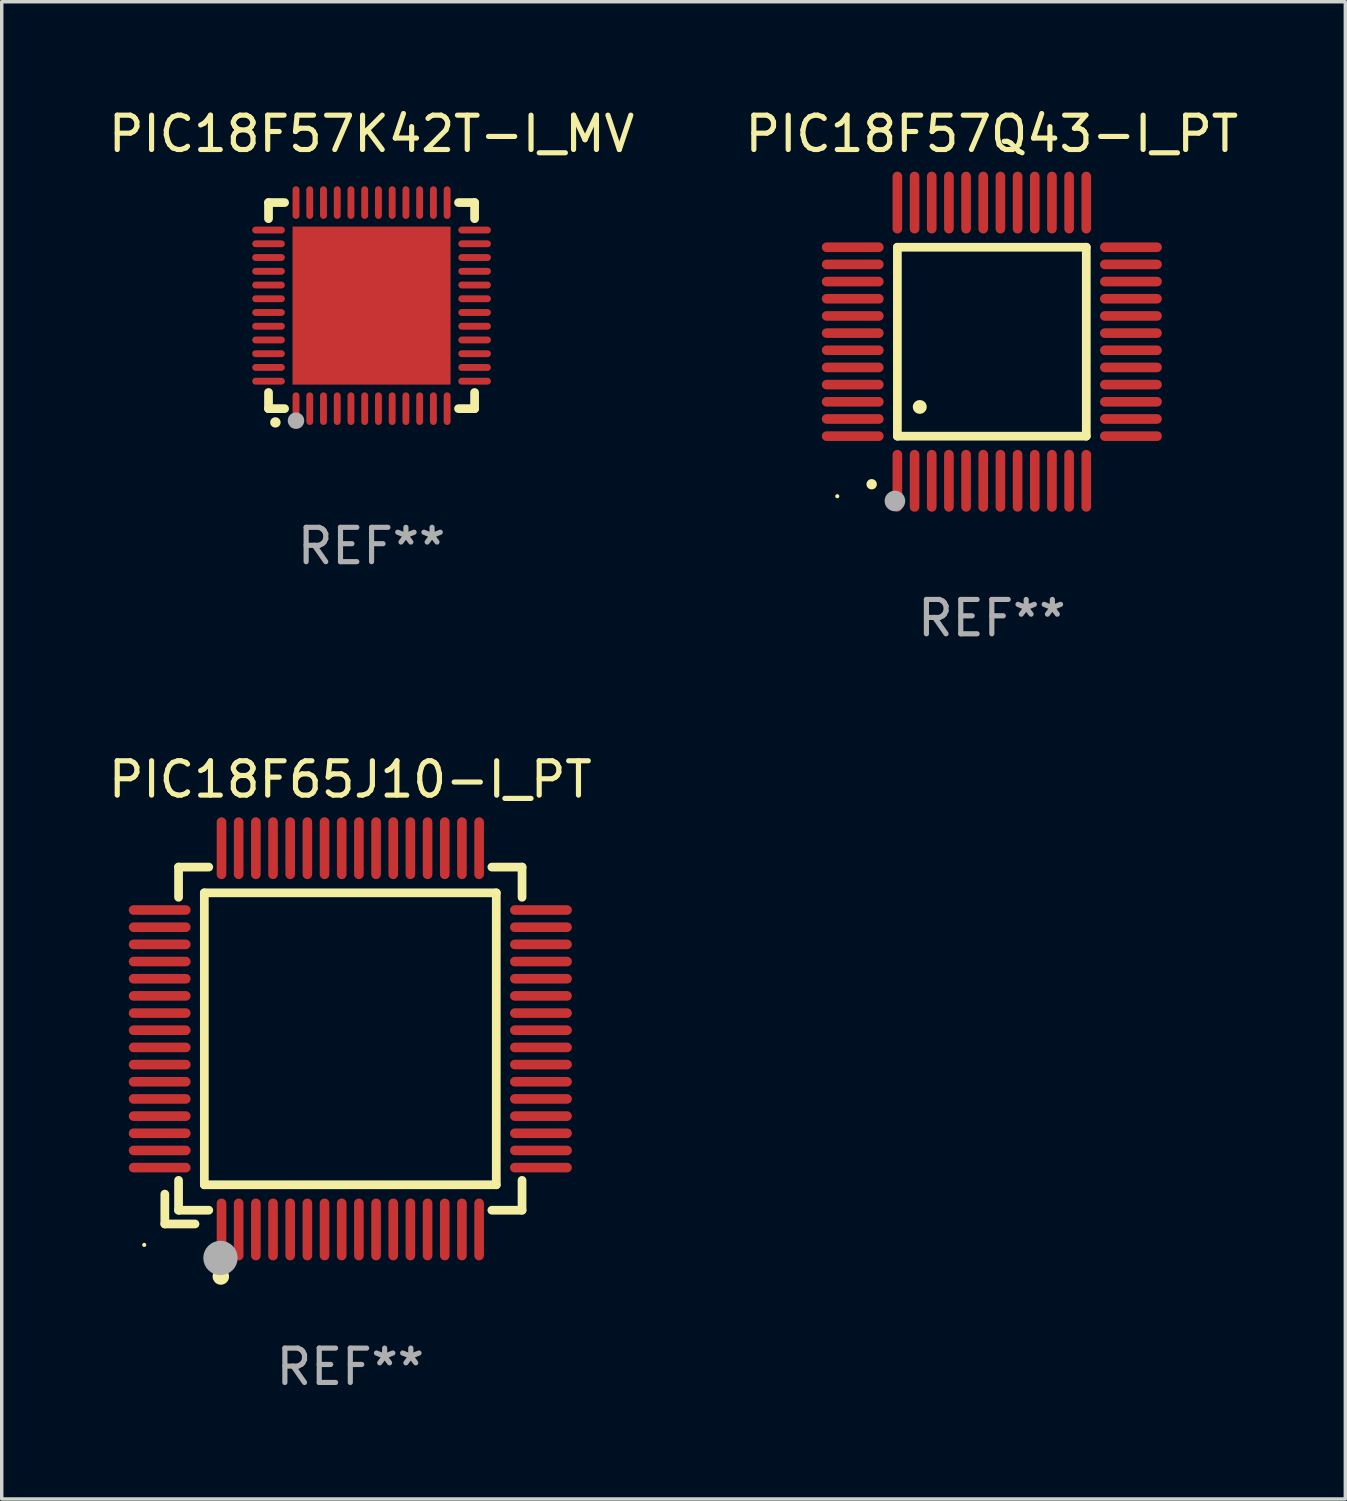
<source format=kicad_pcb>
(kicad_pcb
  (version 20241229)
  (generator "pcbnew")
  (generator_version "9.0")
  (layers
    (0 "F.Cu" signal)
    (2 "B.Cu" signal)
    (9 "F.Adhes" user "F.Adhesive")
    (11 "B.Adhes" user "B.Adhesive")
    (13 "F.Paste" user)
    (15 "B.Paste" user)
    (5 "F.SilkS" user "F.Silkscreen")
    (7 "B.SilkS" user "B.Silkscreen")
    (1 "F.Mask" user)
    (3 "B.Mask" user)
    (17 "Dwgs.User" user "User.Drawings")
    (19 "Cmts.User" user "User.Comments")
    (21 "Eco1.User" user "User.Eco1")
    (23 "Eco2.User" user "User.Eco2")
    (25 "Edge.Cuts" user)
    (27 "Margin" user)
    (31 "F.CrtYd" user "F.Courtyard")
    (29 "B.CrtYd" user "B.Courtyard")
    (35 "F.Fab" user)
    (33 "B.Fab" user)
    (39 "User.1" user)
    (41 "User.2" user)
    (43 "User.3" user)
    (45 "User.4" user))
  (footprint "PIC18F57K42T-I_MV"
    (layer "F.Cu")
    (at 7.768 5.848)
    (property "Reference" "PIC18F57K42T-I_MV" (at 0 -5 0) (layer "F.SilkS") (effects (font (size 1 1) (thickness 0.15))))
    (attr through_hole)
    (fp_line (start -3 -3) (end -2.532 -3) (stroke (width 0.254) (type solid)) (layer "F.SilkS"))
    (fp_line (start -3 -2.532) (end -3 -3) (stroke (width 0.254) (type solid)) (layer "F.SilkS"))
    (fp_line (start -3 3) (end -3 2.529) (stroke (width 0.254) (type solid)) (layer "F.SilkS"))
    (fp_line (start -2.532 3) (end -3 3) (stroke (width 0.254) (type solid)) (layer "F.SilkS"))
    (fp_line (start 2.532 -3) (end 3 -3) (stroke (width 0.254) (type solid)) (layer "F.SilkS"))
    (fp_line (start 3 -3) (end 3 -2.532) (stroke (width 0.254) (type solid)) (layer "F.SilkS"))
    (fp_line (start 3 2.529) (end 3 3) (stroke (width 0.254) (type solid)) (layer "F.SilkS"))
    (fp_line (start 3 3) (end 2.532 3) (stroke (width 0.254) (type solid)) (layer "F.SilkS"))
    (fp_arc (start -2.801295 3.400025) (mid -2.800025 3.40002) (end -2.798755 3.400025) (stroke (width 0.3) (type solid)) (layer "F.SilkS"))
    (fp_circle (center -3 3) (end -2.97 3) (stroke (width 0.06) (type solid)) (fill no) (layer "F.SilkS"))
    (fp_circle (center -2.2 3.35) (end -2.08 3.35) (stroke (width 0.24) (type solid)) (fill no) (layer "F.Fab"))
    (fp_text user "REF**" (at 0 7 0) (layer "F.Fab") (effects (font (size 1 1) (thickness 0.15))))
    (pad "1" smd oval (at -2.2 3) (size 0.2 0.95) (layers "F.Cu" "F.Mask" "F.Paste"))
    (pad "2" smd oval (at -1.8 3) (size 0.2 0.95) (layers "F.Cu" "F.Mask" "F.Paste"))
    (pad "3" smd oval (at -1.4 3) (size 0.2 0.95) (layers "F.Cu" "F.Mask" "F.Paste"))
    (pad "4" smd oval (at -1 3) (size 0.2 0.95) (layers "F.Cu" "F.Mask" "F.Paste"))
    (pad "5" smd oval (at -0.6 3) (size 0.2 0.95) (layers "F.Cu" "F.Mask" "F.Paste"))
    (pad "6" smd oval (at -0.2 3) (size 0.2 0.95) (layers "F.Cu" "F.Mask" "F.Paste"))
    (pad "7" smd oval (at 0.2 3) (size 0.2 0.95) (layers "F.Cu" "F.Mask" "F.Paste"))
    (pad "8" smd oval (at 0.6 3) (size 0.2 0.95) (layers "F.Cu" "F.Mask" "F.Paste"))
    (pad "9" smd oval (at 1 3) (size 0.2 0.95) (layers "F.Cu" "F.Mask" "F.Paste"))
    (pad "10" smd oval (at 1.4 3) (size 0.2 0.95) (layers "F.Cu" "F.Mask" "F.Paste"))
    (pad "11" smd oval (at 1.8 3) (size 0.2 0.95) (layers "F.Cu" "F.Mask" "F.Paste"))
    (pad "12" smd oval (at 2.2 3) (size 0.2 0.95) (layers "F.Cu" "F.Mask" "F.Paste"))
    (pad "13" smd oval (at 3 2.2 90) (size 0.2 0.95) (layers "F.Cu" "F.Mask" "F.Paste"))
    (pad "14" smd oval (at 3 1.8 90) (size 0.2 0.95) (layers "F.Cu" "F.Mask" "F.Paste"))
    (pad "15" smd oval (at 3 1.4 90) (size 0.2 0.95) (layers "F.Cu" "F.Mask" "F.Paste"))
    (pad "16" smd oval (at 3 1 90) (size 0.2 0.95) (layers "F.Cu" "F.Mask" "F.Paste"))
    (pad "17" smd oval (at 3 0.6 90) (size 0.2 0.95) (layers "F.Cu" "F.Mask" "F.Paste"))
    (pad "18" smd oval (at 3 0.2 90) (size 0.2 0.95) (layers "F.Cu" "F.Mask" "F.Paste"))
    (pad "19" smd oval (at 3 -0.2 90) (size 0.2 0.95) (layers "F.Cu" "F.Mask" "F.Paste"))
    (pad "20" smd oval (at 3 -0.6 90) (size 0.2 0.95) (layers "F.Cu" "F.Mask" "F.Paste"))
    (pad "21" smd oval (at 3 -1 90) (size 0.2 0.95) (layers "F.Cu" "F.Mask" "F.Paste"))
    (pad "22" smd oval (at 3 -1.4 90) (size 0.2 0.95) (layers "F.Cu" "F.Mask" "F.Paste"))
    (pad "23" smd oval (at 3 -1.8 90) (size 0.2 0.95) (layers "F.Cu" "F.Mask" "F.Paste"))
    (pad "24" smd oval (at 3 -2.2 90) (size 0.2 0.95) (layers "F.Cu" "F.Mask" "F.Paste"))
    (pad "25" smd oval (at 2.2 -3 180) (size 0.2 0.95) (layers "F.Cu" "F.Mask" "F.Paste"))
    (pad "26" smd oval (at 1.8 -3 180) (size 0.2 0.95) (layers "F.Cu" "F.Mask" "F.Paste"))
    (pad "27" smd oval (at 1.4 -3 180) (size 0.2 0.95) (layers "F.Cu" "F.Mask" "F.Paste"))
    (pad "28" smd oval (at 1 -3 180) (size 0.2 0.95) (layers "F.Cu" "F.Mask" "F.Paste"))
    (pad "29" smd oval (at 0.6 -3 180) (size 0.2 0.95) (layers "F.Cu" "F.Mask" "F.Paste"))
    (pad "30" smd oval (at 0.2 -3 180) (size 0.2 0.95) (layers "F.Cu" "F.Mask" "F.Paste"))
    (pad "31" smd oval (at -0.2 -3 180) (size 0.2 0.95) (layers "F.Cu" "F.Mask" "F.Paste"))
    (pad "32" smd oval (at -0.6 -3 180) (size 0.2 0.95) (layers "F.Cu" "F.Mask" "F.Paste"))
    (pad "33" smd oval (at -1 -3 180) (size 0.2 0.95) (layers "F.Cu" "F.Mask" "F.Paste"))
    (pad "34" smd oval (at -1.4 -3 180) (size 0.2 0.95) (layers "F.Cu" "F.Mask" "F.Paste"))
    (pad "35" smd oval (at -1.8 -3 180) (size 0.2 0.95) (layers "F.Cu" "F.Mask" "F.Paste"))
    (pad "36" smd oval (at -2.2 -3 180) (size 0.2 0.95) (layers "F.Cu" "F.Mask" "F.Paste"))
    (pad "37" smd oval (at -3 -2.2 270) (size 0.2 0.95) (layers "F.Cu" "F.Mask" "F.Paste"))
    (pad "38" smd oval (at -3 -1.8 270) (size 0.2 0.95) (layers "F.Cu" "F.Mask" "F.Paste"))
    (pad "39" smd oval (at -3 -1.4 270) (size 0.2 0.95) (layers "F.Cu" "F.Mask" "F.Paste"))
    (pad "40" smd oval (at -3 -1 270) (size 0.2 0.95) (layers "F.Cu" "F.Mask" "F.Paste"))
    (pad "41" smd oval (at -3 -0.6 270) (size 0.2 0.95) (layers "F.Cu" "F.Mask" "F.Paste"))
    (pad "42" smd oval (at -3 -0.2 270) (size 0.2 0.95) (layers "F.Cu" "F.Mask" "F.Paste"))
    (pad "43" smd oval (at -3 0.2 270) (size 0.2 0.95) (layers "F.Cu" "F.Mask" "F.Paste"))
    (pad "44" smd oval (at -3 0.6 270) (size 0.2 0.95) (layers "F.Cu" "F.Mask" "F.Paste"))
    (pad "45" smd oval (at -3 1 270) (size 0.2 0.95) (layers "F.Cu" "F.Mask" "F.Paste"))
    (pad "46" smd oval (at -3 1.4 270) (size 0.2 0.95) (layers "F.Cu" "F.Mask" "F.Paste"))
    (pad "47" smd oval (at -3 1.8 270) (size 0.2 0.95) (layers "F.Cu" "F.Mask" "F.Paste"))
    (pad "48" smd oval (at -3 2.2 270) (size 0.2 0.95) (layers "F.Cu" "F.Mask" "F.Paste"))
    (pad "49" smd rect (at -0.001 -0.001 180) (size 4.6 4.6) (layers "F.Cu" "F.Mask" "F.Paste")))
  (footprint "PIC18F57Q43-I_PT"
    (layer "F.Cu")
    (at 25.827 6.898)
    (property "Reference" "PIC18F57Q43-I_PT" (at 0 -6.05 0) (layer "F.SilkS") (effects (font (size 1 1) (thickness 0.15))))
    (attr through_hole)
    (fp_line (start -2.75 -2.75) (end 2.75 -2.75) (stroke (width 0.254) (type solid)) (layer "F.SilkS"))
    (fp_line (start -2.75 2.75) (end -2.75 -2.75) (stroke (width 0.254) (type solid)) (layer "F.SilkS"))
    (fp_line (start 2.75 -2.75) (end 2.75 2.75) (stroke (width 0.254) (type solid)) (layer "F.SilkS"))
    (fp_line (start 2.75 2.75) (end -2.75 2.75) (stroke (width 0.254) (type solid)) (layer "F.SilkS"))
    (fp_arc (start -3.500127 4.150368) (mid -3.498857 4.150363) (end -3.497587 4.150368) (stroke (width 0.3) (type solid)) (layer "F.SilkS"))
    (fp_arc (start -2.100584 1.899924) (mid -2.098044 1.899908) (end -2.095504 1.899924) (stroke (width 0.4) (type solid)) (layer "F.SilkS"))
    (fp_circle (center -4.5 4.5) (end -4.47 4.5) (stroke (width 0.06) (type solid)) (fill no) (layer "F.SilkS"))
    (fp_circle (center -2.822 4.638) (end -2.672 4.638) (stroke (width 0.3) (type solid)) (fill no) (layer "F.Fab"))
    (fp_text user "REF**" (at 0 8.05 0) (layer "F.Fab") (effects (font (size 1 1) (thickness 0.15))))
    (pad "1" smd oval (at -2.75 4.05) (size 0.28 1.8) (layers "F.Cu" "F.Mask" "F.Paste"))
    (pad "2" smd oval (at -2.25 4.05) (size 0.28 1.8) (layers "F.Cu" "F.Mask" "F.Paste"))
    (pad "3" smd oval (at -1.75 4.05) (size 0.28 1.8) (layers "F.Cu" "F.Mask" "F.Paste"))
    (pad "4" smd oval (at -1.25 4.05) (size 0.28 1.8) (layers "F.Cu" "F.Mask" "F.Paste"))
    (pad "5" smd oval (at -0.75 4.05) (size 0.28 1.8) (layers "F.Cu" "F.Mask" "F.Paste"))
    (pad "6" smd oval (at -0.25 4.05) (size 0.28 1.8) (layers "F.Cu" "F.Mask" "F.Paste"))
    (pad "7" smd oval (at 0.25 4.05) (size 0.28 1.8) (layers "F.Cu" "F.Mask" "F.Paste"))
    (pad "8" smd oval (at 0.75 4.05) (size 0.28 1.8) (layers "F.Cu" "F.Mask" "F.Paste"))
    (pad "9" smd oval (at 1.25 4.05) (size 0.28 1.8) (layers "F.Cu" "F.Mask" "F.Paste"))
    (pad "10" smd oval (at 1.75 4.05) (size 0.28 1.8) (layers "F.Cu" "F.Mask" "F.Paste"))
    (pad "11" smd oval (at 2.25 4.05) (size 0.28 1.8) (layers "F.Cu" "F.Mask" "F.Paste"))
    (pad "12" smd oval (at 2.75 4.05) (size 0.28 1.8) (layers "F.Cu" "F.Mask" "F.Paste"))
    (pad "13" smd oval (at 4.05 2.75) (size 1.8 0.28) (layers "F.Cu" "F.Mask" "F.Paste"))
    (pad "14" smd oval (at 4.05 2.25) (size 1.8 0.28) (layers "F.Cu" "F.Mask" "F.Paste"))
    (pad "15" smd oval (at 4.05 1.75) (size 1.8 0.28) (layers "F.Cu" "F.Mask" "F.Paste"))
    (pad "16" smd oval (at 4.05 1.25) (size 1.8 0.28) (layers "F.Cu" "F.Mask" "F.Paste"))
    (pad "17" smd oval (at 4.05 0.75) (size 1.8 0.28) (layers "F.Cu" "F.Mask" "F.Paste"))
    (pad "18" smd oval (at 4.05 0.25) (size 1.8 0.28) (layers "F.Cu" "F.Mask" "F.Paste"))
    (pad "19" smd oval (at 4.05 -0.25) (size 1.8 0.28) (layers "F.Cu" "F.Mask" "F.Paste"))
    (pad "20" smd oval (at 4.05 -0.75) (size 1.8 0.28) (layers "F.Cu" "F.Mask" "F.Paste"))
    (pad "21" smd oval (at 4.05 -1.25) (size 1.8 0.28) (layers "F.Cu" "F.Mask" "F.Paste"))
    (pad "22" smd oval (at 4.05 -1.75) (size 1.8 0.28) (layers "F.Cu" "F.Mask" "F.Paste"))
    (pad "23" smd oval (at 4.05 -2.25) (size 1.8 0.28) (layers "F.Cu" "F.Mask" "F.Paste"))
    (pad "24" smd oval (at 4.05 -2.75) (size 1.8 0.28) (layers "F.Cu" "F.Mask" "F.Paste"))
    (pad "25" smd oval (at 2.75 -4.05) (size 0.28 1.8) (layers "F.Cu" "F.Mask" "F.Paste"))
    (pad "26" smd oval (at 2.25 -4.05) (size 0.28 1.8) (layers "F.Cu" "F.Mask" "F.Paste"))
    (pad "27" smd oval (at 1.75 -4.05) (size 0.28 1.8) (layers "F.Cu" "F.Mask" "F.Paste"))
    (pad "28" smd oval (at 1.25 -4.05) (size 0.28 1.8) (layers "F.Cu" "F.Mask" "F.Paste"))
    (pad "29" smd oval (at 0.75 -4.05) (size 0.28 1.8) (layers "F.Cu" "F.Mask" "F.Paste"))
    (pad "30" smd oval (at 0.25 -4.05) (size 0.28 1.8) (layers "F.Cu" "F.Mask" "F.Paste"))
    (pad "31" smd oval (at -0.25 -4.05) (size 0.28 1.8) (layers "F.Cu" "F.Mask" "F.Paste"))
    (pad "32" smd oval (at -0.75 -4.05) (size 0.28 1.8) (layers "F.Cu" "F.Mask" "F.Paste"))
    (pad "33" smd oval (at -1.25 -4.05) (size 0.28 1.8) (layers "F.Cu" "F.Mask" "F.Paste"))
    (pad "34" smd oval (at -1.75 -4.05) (size 0.28 1.8) (layers "F.Cu" "F.Mask" "F.Paste"))
    (pad "35" smd oval (at -2.25 -4.05) (size 0.28 1.8) (layers "F.Cu" "F.Mask" "F.Paste"))
    (pad "36" smd oval (at -2.75 -4.05) (size 0.28 1.8) (layers "F.Cu" "F.Mask" "F.Paste"))
    (pad "37" smd oval (at -4.05 -2.75) (size 1.8 0.28) (layers "F.Cu" "F.Mask" "F.Paste"))
    (pad "38" smd oval (at -4.05 -2.25) (size 1.8 0.28) (layers "F.Cu" "F.Mask" "F.Paste"))
    (pad "39" smd oval (at -4.05 -1.75) (size 1.8 0.28) (layers "F.Cu" "F.Mask" "F.Paste"))
    (pad "40" smd oval (at -4.05 -1.25) (size 1.8 0.28) (layers "F.Cu" "F.Mask" "F.Paste"))
    (pad "41" smd oval (at -4.05 -0.75) (size 1.8 0.28) (layers "F.Cu" "F.Mask" "F.Paste"))
    (pad "42" smd oval (at -4.05 -0.25) (size 1.8 0.28) (layers "F.Cu" "F.Mask" "F.Paste"))
    (pad "43" smd oval (at -4.05 0.25) (size 1.8 0.28) (layers "F.Cu" "F.Mask" "F.Paste"))
    (pad "44" smd oval (at -4.05 0.75) (size 1.8 0.28) (layers "F.Cu" "F.Mask" "F.Paste"))
    (pad "45" smd oval (at -4.05 1.25) (size 1.8 0.28) (layers "F.Cu" "F.Mask" "F.Paste"))
    (pad "46" smd oval (at -4.05 1.75) (size 1.8 0.28) (layers "F.Cu" "F.Mask" "F.Paste"))
    (pad "47" smd oval (at -4.05 2.25) (size 1.8 0.28) (layers "F.Cu" "F.Mask" "F.Paste"))
    (pad "48" smd oval (at -4.05 2.75) (size 1.8 0.28) (layers "F.Cu" "F.Mask" "F.Paste")))
  (footprint "PIC18F65J10-I_PT"
    (layer "F.Cu")
    (at 7.149 27.195)
    (property "Reference" "PIC18F65J10-I_PT" (at 0 -7.55 0) (layer "F.SilkS") (effects (font (size 1 1) (thickness 0.15))))
    (attr through_hole)
    (fp_line (start -5.4 4.521) (end -5.4 5.39) (stroke (width 0.254) (type solid)) (layer "F.SilkS"))
    (fp_line (start -5.4 5.39) (end -4.521 5.39) (stroke (width 0.254) (type solid)) (layer "F.SilkS"))
    (fp_line (start -5 -5) (end -5 -4.121) (stroke (width 0.254) (type solid)) (layer "F.SilkS"))
    (fp_line (start -5 4.121) (end -5 4.99) (stroke (width 0.254) (type solid)) (layer "F.SilkS"))
    (fp_line (start -5 4.99) (end -4.121 4.99) (stroke (width 0.254) (type solid)) (layer "F.SilkS"))
    (fp_line (start -4.25 -4.25) (end -4.25 4.25) (stroke (width 0.254) (type solid)) (layer "F.SilkS"))
    (fp_line (start -4.25 4.25) (end 4.25 4.25) (stroke (width 0.254) (type solid)) (layer "F.SilkS"))
    (fp_line (start -4.121 -5) (end -5 -5) (stroke (width 0.254) (type solid)) (layer "F.SilkS"))
    (fp_line (start 4.121 4.99) (end 5 4.99) (stroke (width 0.254) (type solid)) (layer "F.SilkS"))
    (fp_line (start 4.25 -4.25) (end -4.25 -4.25) (stroke (width 0.254) (type solid)) (layer "F.SilkS"))
    (fp_line (start 4.25 4.25) (end 4.25 -4.25) (stroke (width 0.254) (type solid)) (layer "F.SilkS"))
    (fp_line (start 5 -5) (end 4.121 -5) (stroke (width 0.254) (type solid)) (layer "F.SilkS"))
    (fp_line (start 5 -4.121) (end 5 -5) (stroke (width 0.254) (type solid)) (layer "F.SilkS"))
    (fp_line (start 5 4.99) (end 5 4.121) (stroke (width 0.254) (type solid)) (layer "F.SilkS"))
    (fp_circle (center -6 6) (end -5.97 6) (stroke (width 0.06) (type solid)) (fill no) (layer "F.SilkS"))
    (fp_circle (center -3.77 6.92) (end -3.65 6.92) (stroke (width 0.24) (type solid)) (fill no) (layer "F.SilkS"))
    (fp_circle (center -3.78 6.38) (end -3.53 6.38) (stroke (width 0.5) (type solid)) (fill no) (layer "F.Fab"))
    (fp_text user "REF**" (at 0 9.55 0) (layer "F.Fab") (effects (font (size 1 1) (thickness 0.15))))
    (pad "1" smd oval (at -3.75 5.55) (size 0.28 1.8) (layers "F.Cu" "F.Mask" "F.Paste"))
    (pad "2" smd oval (at -3.25 5.55) (size 0.28 1.8) (layers "F.Cu" "F.Mask" "F.Paste"))
    (pad "3" smd oval (at -2.75 5.55) (size 0.28 1.8) (layers "F.Cu" "F.Mask" "F.Paste"))
    (pad "4" smd oval (at -2.25 5.55) (size 0.28 1.8) (layers "F.Cu" "F.Mask" "F.Paste"))
    (pad "5" smd oval (at -1.75 5.55) (size 0.28 1.8) (layers "F.Cu" "F.Mask" "F.Paste"))
    (pad "6" smd oval (at -1.25 5.55) (size 0.28 1.8) (layers "F.Cu" "F.Mask" "F.Paste"))
    (pad "7" smd oval (at -0.75 5.55) (size 0.28 1.8) (layers "F.Cu" "F.Mask" "F.Paste"))
    (pad "8" smd oval (at -0.25 5.55) (size 0.28 1.8) (layers "F.Cu" "F.Mask" "F.Paste"))
    (pad "9" smd oval (at 0.25 5.55) (size 0.28 1.8) (layers "F.Cu" "F.Mask" "F.Paste"))
    (pad "10" smd oval (at 0.75 5.55) (size 0.28 1.8) (layers "F.Cu" "F.Mask" "F.Paste"))
    (pad "11" smd oval (at 1.25 5.55) (size 0.28 1.8) (layers "F.Cu" "F.Mask" "F.Paste"))
    (pad "12" smd oval (at 1.75 5.55) (size 0.28 1.8) (layers "F.Cu" "F.Mask" "F.Paste"))
    (pad "13" smd oval (at 2.25 5.55) (size 0.28 1.8) (layers "F.Cu" "F.Mask" "F.Paste"))
    (pad "14" smd oval (at 2.75 5.55) (size 0.28 1.8) (layers "F.Cu" "F.Mask" "F.Paste"))
    (pad "15" smd oval (at 3.25 5.55) (size 0.28 1.8) (layers "F.Cu" "F.Mask" "F.Paste"))
    (pad "16" smd oval (at 3.75 5.55) (size 0.28 1.8) (layers "F.Cu" "F.Mask" "F.Paste"))
    (pad "17" smd oval (at 5.55 3.75) (size 1.8 0.28) (layers "F.Cu" "F.Mask" "F.Paste"))
    (pad "18" smd oval (at 5.55 3.25) (size 1.8 0.28) (layers "F.Cu" "F.Mask" "F.Paste"))
    (pad "19" smd oval (at 5.55 2.75) (size 1.8 0.28) (layers "F.Cu" "F.Mask" "F.Paste"))
    (pad "20" smd oval (at 5.55 2.25) (size 1.8 0.28) (layers "F.Cu" "F.Mask" "F.Paste"))
    (pad "21" smd oval (at 5.55 1.75) (size 1.8 0.28) (layers "F.Cu" "F.Mask" "F.Paste"))
    (pad "22" smd oval (at 5.55 1.25) (size 1.8 0.28) (layers "F.Cu" "F.Mask" "F.Paste"))
    (pad "23" smd oval (at 5.55 0.75) (size 1.8 0.28) (layers "F.Cu" "F.Mask" "F.Paste"))
    (pad "24" smd oval (at 5.55 0.25) (size 1.8 0.28) (layers "F.Cu" "F.Mask" "F.Paste"))
    (pad "25" smd oval (at 5.55 -0.25) (size 1.8 0.28) (layers "F.Cu" "F.Mask" "F.Paste"))
    (pad "26" smd oval (at 5.55 -0.75) (size 1.8 0.28) (layers "F.Cu" "F.Mask" "F.Paste"))
    (pad "27" smd oval (at 5.55 -1.25) (size 1.8 0.28) (layers "F.Cu" "F.Mask" "F.Paste"))
    (pad "28" smd oval (at 5.55 -1.75) (size 1.8 0.28) (layers "F.Cu" "F.Mask" "F.Paste"))
    (pad "29" smd oval (at 5.55 -2.25) (size 1.8 0.28) (layers "F.Cu" "F.Mask" "F.Paste"))
    (pad "30" smd oval (at 5.55 -2.75) (size 1.8 0.28) (layers "F.Cu" "F.Mask" "F.Paste"))
    (pad "31" smd oval (at 5.55 -3.25) (size 1.8 0.28) (layers "F.Cu" "F.Mask" "F.Paste"))
    (pad "32" smd oval (at 5.55 -3.75) (size 1.8 0.28) (layers "F.Cu" "F.Mask" "F.Paste"))
    (pad "33" smd oval (at 3.75 -5.55) (size 0.28 1.8) (layers "F.Cu" "F.Mask" "F.Paste"))
    (pad "34" smd oval (at 3.25 -5.55) (size 0.28 1.8) (layers "F.Cu" "F.Mask" "F.Paste"))
    (pad "35" smd oval (at 2.75 -5.55) (size 0.28 1.8) (layers "F.Cu" "F.Mask" "F.Paste"))
    (pad "36" smd oval (at 2.25 -5.55) (size 0.28 1.8) (layers "F.Cu" "F.Mask" "F.Paste"))
    (pad "37" smd oval (at 1.75 -5.55) (size 0.28 1.8) (layers "F.Cu" "F.Mask" "F.Paste"))
    (pad "38" smd oval (at 1.25 -5.55) (size 0.28 1.8) (layers "F.Cu" "F.Mask" "F.Paste"))
    (pad "39" smd oval (at 0.75 -5.55) (size 0.28 1.8) (layers "F.Cu" "F.Mask" "F.Paste"))
    (pad "40" smd oval (at 0.25 -5.55) (size 0.28 1.8) (layers "F.Cu" "F.Mask" "F.Paste"))
    (pad "41" smd oval (at -0.25 -5.55) (size 0.28 1.8) (layers "F.Cu" "F.Mask" "F.Paste"))
    (pad "42" smd oval (at -0.75 -5.55) (size 0.28 1.8) (layers "F.Cu" "F.Mask" "F.Paste"))
    (pad "43" smd oval (at -1.25 -5.55) (size 0.28 1.8) (layers "F.Cu" "F.Mask" "F.Paste"))
    (pad "44" smd oval (at -1.75 -5.55) (size 0.28 1.8) (layers "F.Cu" "F.Mask" "F.Paste"))
    (pad "45" smd oval (at -2.25 -5.55) (size 0.28 1.8) (layers "F.Cu" "F.Mask" "F.Paste"))
    (pad "46" smd oval (at -2.75 -5.55) (size 0.28 1.8) (layers "F.Cu" "F.Mask" "F.Paste"))
    (pad "47" smd oval (at -3.25 -5.55) (size 0.28 1.8) (layers "F.Cu" "F.Mask" "F.Paste"))
    (pad "48" smd oval (at -3.75 -5.55) (size 0.28 1.8) (layers "F.Cu" "F.Mask" "F.Paste"))
    (pad "49" smd oval (at -5.55 -3.75) (size 1.8 0.28) (layers "F.Cu" "F.Mask" "F.Paste"))
    (pad "50" smd oval (at -5.55 -3.25) (size 1.8 0.28) (layers "F.Cu" "F.Mask" "F.Paste"))
    (pad "51" smd oval (at -5.55 -2.75) (size 1.8 0.28) (layers "F.Cu" "F.Mask" "F.Paste"))
    (pad "52" smd oval (at -5.55 -2.25) (size 1.8 0.28) (layers "F.Cu" "F.Mask" "F.Paste"))
    (pad "53" smd oval (at -5.55 -1.75) (size 1.8 0.28) (layers "F.Cu" "F.Mask" "F.Paste"))
    (pad "54" smd oval (at -5.55 -1.25) (size 1.8 0.28) (layers "F.Cu" "F.Mask" "F.Paste"))
    (pad "55" smd oval (at -5.55 -0.75) (size 1.8 0.28) (layers "F.Cu" "F.Mask" "F.Paste"))
    (pad "56" smd oval (at -5.55 -0.25) (size 1.8 0.28) (layers "F.Cu" "F.Mask" "F.Paste"))
    (pad "57" smd oval (at -5.55 0.25) (size 1.8 0.28) (layers "F.Cu" "F.Mask" "F.Paste"))
    (pad "58" smd oval (at -5.55 0.75) (size 1.8 0.28) (layers "F.Cu" "F.Mask" "F.Paste"))
    (pad "59" smd oval (at -5.55 1.25) (size 1.8 0.28) (layers "F.Cu" "F.Mask" "F.Paste"))
    (pad "60" smd oval (at -5.55 1.75) (size 1.8 0.28) (layers "F.Cu" "F.Mask" "F.Paste"))
    (pad "61" smd oval (at -5.55 2.25) (size 1.8 0.28) (layers "F.Cu" "F.Mask" "F.Paste"))
    (pad "62" smd oval (at -5.55 2.75) (size 1.8 0.28) (layers "F.Cu" "F.Mask" "F.Paste"))
    (pad "63" smd oval (at -5.55 3.25) (size 1.8 0.28) (layers "F.Cu" "F.Mask" "F.Paste"))
    (pad "64" smd oval (at -5.55 3.75) (size 1.8 0.28) (layers "F.Cu" "F.Mask" "F.Paste")))
  (gr_rect
    (start -3 -3)
    (end 36.119 40.593)
    (stroke (width 0.1) (type default))
    (fill no)
    (layer "Edge.Cuts")))
</source>
